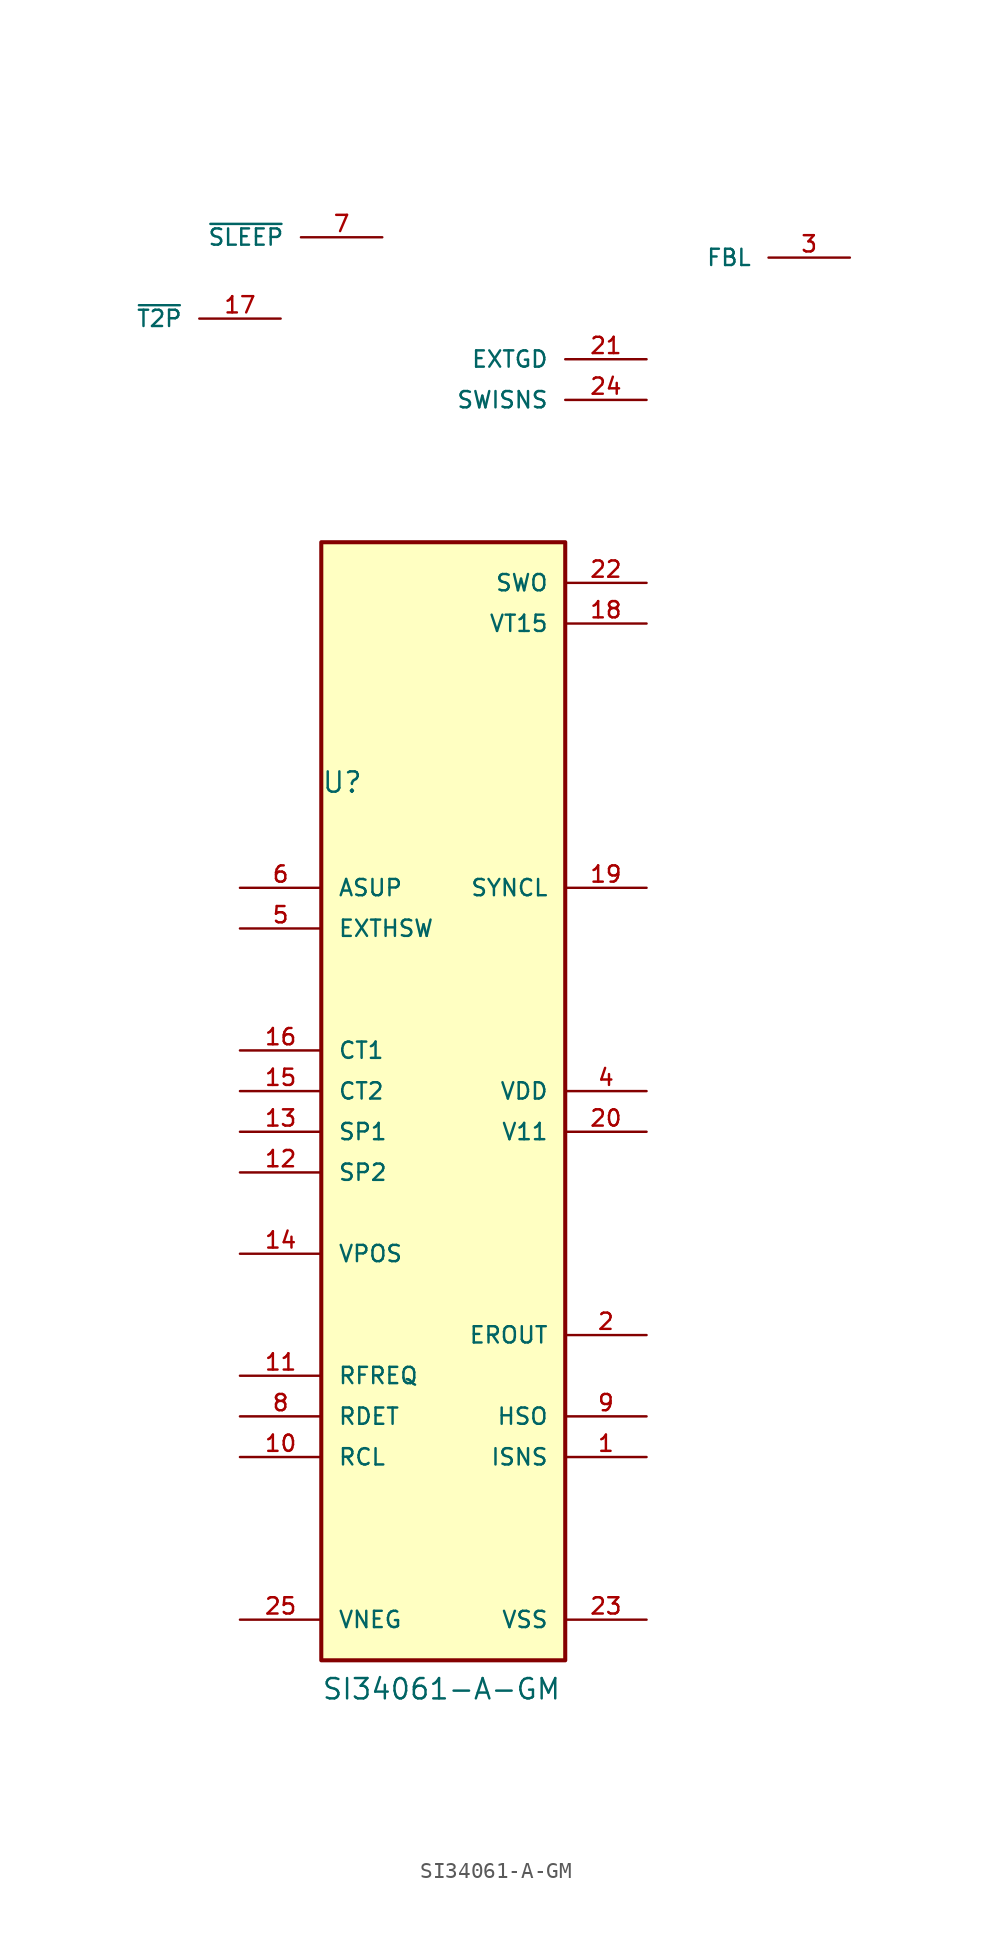
<source format=kicad_sym>
(kicad_symbol_lib
  (version 20231120)
  (generator "kicad_symbol_editor")
  (generator_version "8.0")
  (symbol "SI34061-A-GM"
    (pin_names
      (offset 1.016))
    (property "Reference" "U"
      (at -15.24 28.702 0)
      (effects (font (size 1.27 1.27)) (justify left bottom)))
    (property "Value" "SI34061-A-GM"
      (at -15.24 -27.94 0)
      (effects (font (size 1.27 1.27)) (justify left bottom)))
    (symbol "SI34061-A-GM_0_0"
      (rectangle (start -15.24 44.45) (end 0 -25.4) (stroke (width 0.254) (type default)) (fill (type background)))
      (pin input line (at 5.08 -12.7 180) (length 5.08) (name "ISNS" (effects (font (size 1.016 1.016)))) (number "1" (effects (font (size 1.016 1.016)))))
      (pin bidirectional line (at -20.32 -12.7 0) (length 5.08) (name "RCL" (effects (font (size 1.016 1.016)))) (number "10" (effects (font (size 1.016 1.016)))))
      (pin bidirectional line (at -20.32 -7.62 0) (length 5.08) (name "RFREQ" (effects (font (size 1.016 1.016)))) (number "11" (effects (font (size 1.016 1.016)))))
      (pin input line (at -20.32 5.08 0) (length 5.08) (name "SP2" (effects (font (size 1.016 1.016)))) (number "12" (effects (font (size 1.016 1.016)))))
      (pin input line (at -20.32 7.62 0) (length 5.08) (name "SP1" (effects (font (size 1.016 1.016)))) (number "13" (effects (font (size 1.016 1.016)))))
      (pin power_in line (at -20.32 0 0) (length 5.08) (name "VPOS" (effects (font (size 1.016 1.016)))) (number "14" (effects (font (size 1.016 1.016)))))
      (pin input line (at -20.32 10.16 0) (length 5.08) (name "CT2" (effects (font (size 1.016 1.016)))) (number "15" (effects (font (size 1.016 1.016)))))
      (pin input line (at -20.32 12.7 0) (length 5.08) (name "CT1" (effects (font (size 1.016 1.016)))) (number "16" (effects (font (size 1.016 1.016)))))
      (pin output line (at -17.78 58.42 180) (length 5.08) (name "~{T2P}" (effects (font (size 1.016 1.016)))) (number "17" (effects (font (size 1.016 1.016)))))
      (pin input line (at 5.08 39.37 180) (length 5.08) (name "VT15" (effects (font (size 1.016 1.016)))) (number "18" (effects (font (size 1.016 1.016)))))
      (pin output line (at 5.08 22.86 180) (length 5.08) (name "SYNCL" (effects (font (size 1.016 1.016)))) (number "19" (effects (font (size 1.016 1.016)))))
      (pin bidirectional line (at 5.08 -5.08 180) (length 5.08) (name "EROUT" (effects (font (size 1.016 1.016)))) (number "2" (effects (font (size 1.016 1.016)))))
      (pin bidirectional line (at 5.08 7.62 180) (length 5.08) (name "V11" (effects (font (size 1.016 1.016)))) (number "20" (effects (font (size 1.016 1.016)))))
      (pin output line (at 5.08 55.88 180) (length 5.08) (name "EXTGD" (effects (font (size 1.016 1.016)))) (number "21" (effects (font (size 1.016 1.016)))))
      (pin output line (at 5.08 41.91 180) (length 5.08) (name "SWO" (effects (font (size 1.016 1.016)))) (number "22" (effects (font (size 1.016 1.016)))))
      (pin power_in line (at 5.08 -22.86 180) (length 5.08) (name "VSS" (effects (font (size 1.016 1.016)))) (number "23" (effects (font (size 1.016 1.016)))))
      (pin input line (at 5.08 53.34 180) (length 5.08) (name "SWISNS" (effects (font (size 1.016 1.016)))) (number "24" (effects (font (size 1.016 1.016)))))
      (pin power_in line (at -20.32 -22.86 0) (length 5.08) (name "VNEG" (effects (font (size 1.016 1.016)))) (number "25" (effects (font (size 1.016 1.016)))))
      (pin input line (at 17.78 62.23 180) (length 5.08) (name "FBL" (effects (font (size 1.016 1.016)))) (number "3" (effects (font (size 1.016 1.016)))))
      (pin power_in line (at 5.08 10.16 180) (length 5.08) (name "VDD" (effects (font (size 1.016 1.016)))) (number "4" (effects (font (size 1.016 1.016)))))
      (pin output line (at -20.32 20.32 0) (length 5.08) (name "EXTHSW" (effects (font (size 1.016 1.016)))) (number "5" (effects (font (size 1.016 1.016)))))
      (pin input line (at -20.32 22.86 0) (length 5.08) (name "ASUP" (effects (font (size 1.016 1.016)))) (number "6" (effects (font (size 1.016 1.016)))))
      (pin input line (at -11.43 63.5 180) (length 5.08) (name "~{SLEEP}" (effects (font (size 1.016 1.016)))) (number "7" (effects (font (size 1.016 1.016)))))
      (pin bidirectional line (at -20.32 -10.16 0) (length 5.08) (name "RDET" (effects (font (size 1.016 1.016)))) (number "8" (effects (font (size 1.016 1.016)))))
      (pin bidirectional line (at 5.08 -10.16 180) (length 5.08) (name "HSO" (effects (font (size 1.016 1.016)))) (number "9" (effects (font (size 1.016 1.016))))))))
</source>
